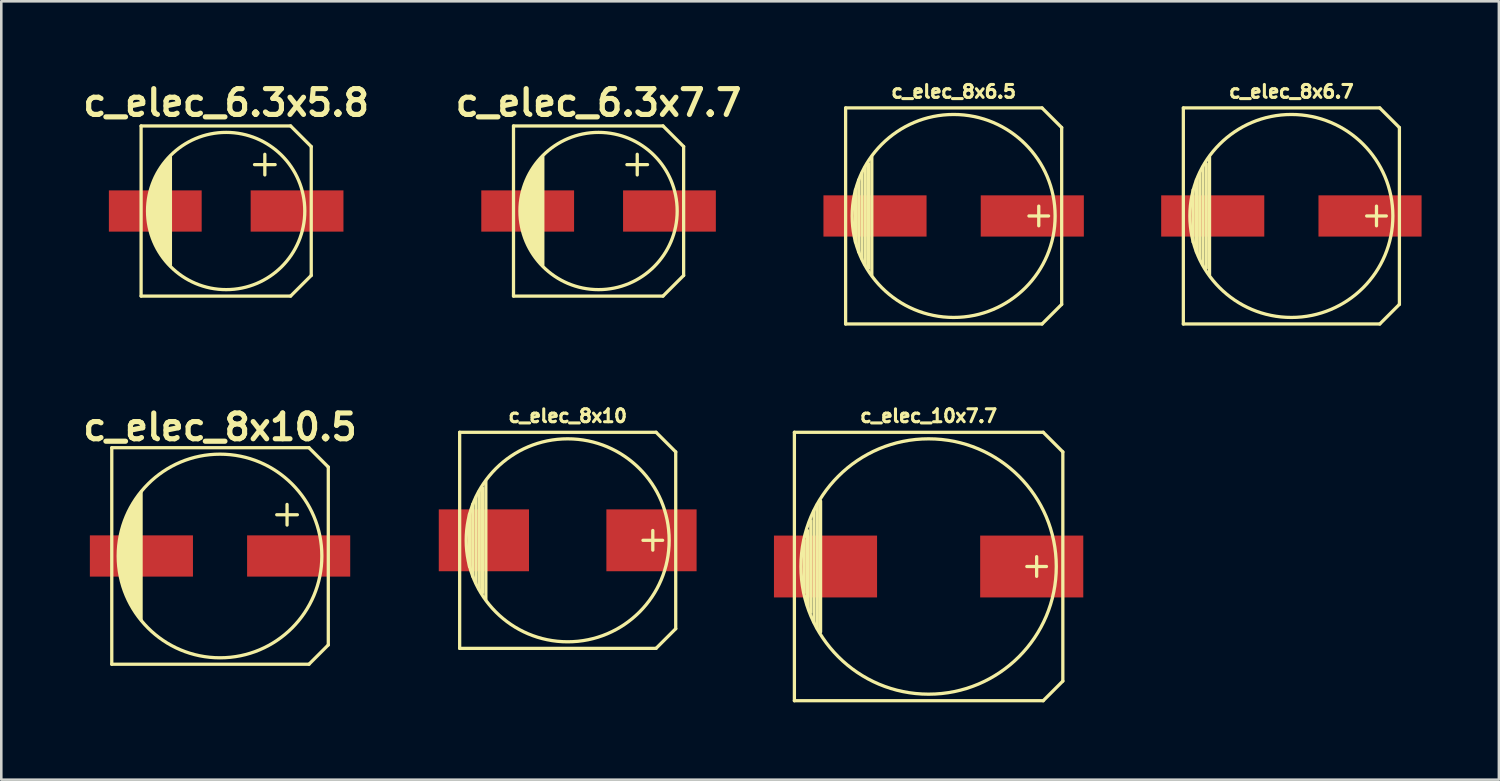
<source format=kicad_pcb>
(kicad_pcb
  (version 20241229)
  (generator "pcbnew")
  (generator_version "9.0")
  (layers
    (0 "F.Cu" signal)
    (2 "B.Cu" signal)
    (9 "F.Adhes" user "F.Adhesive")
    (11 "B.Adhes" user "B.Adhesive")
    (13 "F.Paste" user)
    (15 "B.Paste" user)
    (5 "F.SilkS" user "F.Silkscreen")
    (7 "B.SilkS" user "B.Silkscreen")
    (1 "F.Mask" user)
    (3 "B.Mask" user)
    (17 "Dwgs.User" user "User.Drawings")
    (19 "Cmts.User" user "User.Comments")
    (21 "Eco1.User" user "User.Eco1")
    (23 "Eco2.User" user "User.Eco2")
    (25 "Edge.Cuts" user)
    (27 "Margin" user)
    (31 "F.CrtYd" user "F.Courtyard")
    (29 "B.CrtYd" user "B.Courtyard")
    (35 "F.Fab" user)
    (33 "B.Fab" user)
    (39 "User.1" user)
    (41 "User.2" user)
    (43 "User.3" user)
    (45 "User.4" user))
  (footprint "c_elec_8x6.7"
    (layer "F.Cu")
    (at 47.048 5.328)
    (property "Reference" "c_elec_8x6.7" (at 0 -4.826 0) (layer "F.SilkS") (effects (font (size 0.5 0.5) (thickness 0.119))))
    (attr smd)
    (fp_line (start -4.191 -4.191) (end -4.191 4.191) (stroke (width 0.127) (type solid)) (layer "F.SilkS"))
    (fp_line (start -4.191 4.191) (end 3.429 4.191) (stroke (width 0.127) (type solid)) (layer "F.SilkS"))
    (fp_line (start -3.81 -1.016) (end -3.81 1.016) (stroke (width 0.127) (type solid)) (layer "F.SilkS"))
    (fp_line (start -3.683 1.397) (end -3.683 -1.397) (stroke (width 0.127) (type solid)) (layer "F.SilkS"))
    (fp_line (start -3.556 -1.651) (end -3.556 1.651) (stroke (width 0.127) (type solid)) (layer "F.SilkS"))
    (fp_line (start -3.429 1.905) (end -3.429 -1.905) (stroke (width 0.127) (type solid)) (layer "F.SilkS"))
    (fp_line (start -3.302 2.032) (end -3.302 -2.032) (stroke (width 0.127) (type solid)) (layer "F.SilkS"))
    (fp_line (start -3.175 -2.286) (end -3.175 2.286) (stroke (width 0.127) (type solid)) (layer "F.SilkS"))
    (fp_line (start 3.302 -0.381) (end 3.302 0.381) (stroke (width 0.127) (type solid)) (layer "F.SilkS"))
    (fp_line (start 3.429 -4.191) (end -4.191 -4.191) (stroke (width 0.127) (type solid)) (layer "F.SilkS"))
    (fp_line (start 3.429 4.191) (end 4.191 3.429) (stroke (width 0.127) (type solid)) (layer "F.SilkS"))
    (fp_line (start 3.683 0) (end 2.921 0) (stroke (width 0.127) (type solid)) (layer "F.SilkS"))
    (fp_line (start 4.191 -3.429) (end 3.429 -4.191) (stroke (width 0.127) (type solid)) (layer "F.SilkS"))
    (fp_line (start 4.191 3.429) (end 4.191 -3.429) (stroke (width 0.127) (type solid)) (layer "F.SilkS"))
    (fp_circle (center 0 0) (end 3.937 0) (stroke (width 0.127) (type solid)) (fill no) (layer "F.SilkS"))
    (pad "1" smd rect (at 3.051 0) (size 4 1.6) (layers "F.Cu" "F.Mask" "F.Paste"))
    (pad "2" smd rect (at -3.051 0) (size 4 1.6) (layers "F.Cu" "F.Mask" "F.Paste")))
  (footprint "c_elec_6.3x7.7"
    (layer "F.Cu")
    (at 20.171 5.136)
    (property "Reference" "c_elec_6.3x7.7" (at 0 -4.2 0) (layer "F.SilkS") (effects (font (size 1 1) (thickness 0.2))))
    (attr smd)
    (fp_line (start -3.3 -3.3) (end -3.3 3.3) (stroke (width 0.127) (type solid)) (layer "F.SilkS"))
    (fp_line (start -3.3 3.3) (end 2.5 3.3) (stroke (width 0.127) (type solid)) (layer "F.SilkS"))
    (fp_line (start 1.5 -2.2) (end 1.5 -1.4) (stroke (width 0.127) (type solid)) (layer "F.SilkS"))
    (fp_line (start 1.9 -1.8) (end 1.1 -1.8) (stroke (width 0.127) (type solid)) (layer "F.SilkS"))
    (fp_line (start 2.5 -3.3) (end -3.3 -3.3) (stroke (width 0.127) (type solid)) (layer "F.SilkS"))
    (fp_line (start 2.5 3.3) (end 3.3 2.5) (stroke (width 0.127) (type solid)) (layer "F.SilkS"))
    (fp_line (start 3.3 -2.5) (end 2.5 -3.3) (stroke (width 0.127) (type solid)) (layer "F.SilkS"))
    (fp_line (start 3.3 2.5) (end 3.3 -2.5) (stroke (width 0.127) (type solid)) (layer "F.SilkS"))
    (fp_circle (center 0 0) (end -3.05 0) (stroke (width 0.127) (type solid)) (fill no) (layer "F.SilkS"))
    (fp_poly (pts (xy -2.15 2.1) (xy -2.5 1.7) (xy -2.8 1.1) (xy -3 0.3) (xy -3 0) (xy -3 -0.3) (xy -2.8 -1.1) (xy -2.5 -1.7) (xy -2.15 -2.1)) (stroke (width 0.1) (type solid)) (fill yes) (layer "F.SilkS"))
    (pad "1" smd rect (at 2.75 0) (size 3.6 1.6) (layers "F.Cu" "F.Mask" "F.Paste"))
    (pad "2" smd rect (at -2.75 0) (size 3.6 1.6) (layers "F.Cu" "F.Mask" "F.Paste")))
  (footprint "c_elec_8x6.5"
    (layer "F.Cu")
    (at 33.946 5.328)
    (property "Reference" "c_elec_8x6.5" (at 0 -4.826 0) (layer "F.SilkS") (effects (font (size 0.5 0.5) (thickness 0.119))))
    (attr smd)
    (fp_line (start -4.191 -4.191) (end -4.191 4.191) (stroke (width 0.127) (type solid)) (layer "F.SilkS"))
    (fp_line (start -4.191 4.191) (end 3.429 4.191) (stroke (width 0.127) (type solid)) (layer "F.SilkS"))
    (fp_line (start -3.81 -1.016) (end -3.81 1.016) (stroke (width 0.127) (type solid)) (layer "F.SilkS"))
    (fp_line (start -3.683 1.397) (end -3.683 -1.397) (stroke (width 0.127) (type solid)) (layer "F.SilkS"))
    (fp_line (start -3.556 -1.651) (end -3.556 1.651) (stroke (width 0.127) (type solid)) (layer "F.SilkS"))
    (fp_line (start -3.429 1.905) (end -3.429 -1.905) (stroke (width 0.127) (type solid)) (layer "F.SilkS"))
    (fp_line (start -3.302 2.032) (end -3.302 -2.032) (stroke (width 0.127) (type solid)) (layer "F.SilkS"))
    (fp_line (start -3.175 -2.286) (end -3.175 2.286) (stroke (width 0.127) (type solid)) (layer "F.SilkS"))
    (fp_line (start 3.302 -0.381) (end 3.302 0.381) (stroke (width 0.127) (type solid)) (layer "F.SilkS"))
    (fp_line (start 3.429 -4.191) (end -4.191 -4.191) (stroke (width 0.127) (type solid)) (layer "F.SilkS"))
    (fp_line (start 3.429 4.191) (end 4.191 3.429) (stroke (width 0.127) (type solid)) (layer "F.SilkS"))
    (fp_line (start 3.683 0) (end 2.921 0) (stroke (width 0.127) (type solid)) (layer "F.SilkS"))
    (fp_line (start 4.191 -3.429) (end 3.429 -4.191) (stroke (width 0.127) (type solid)) (layer "F.SilkS"))
    (fp_line (start 4.191 3.429) (end 4.191 -3.429) (stroke (width 0.127) (type solid)) (layer "F.SilkS"))
    (fp_circle (center 0 0) (end 3.937 0) (stroke (width 0.127) (type solid)) (fill no) (layer "F.SilkS"))
    (pad "1" smd rect (at 3.051 0) (size 4 1.6) (layers "F.Cu" "F.Mask" "F.Paste"))
    (pad "2" smd rect (at -3.051 0) (size 4 1.6) (layers "F.Cu" "F.Mask" "F.Paste")))
  (footprint "c_elec_8x10.5"
    (layer "F.Cu")
    (at 5.486 18.519)
    (property "Reference" "c_elec_8x10.5" (at 0 -5 0) (layer "F.SilkS") (effects (font (size 1 1) (thickness 0.2))))
    (attr smd)
    (fp_line (start -4.2 -4.2) (end -4.2 4.2) (stroke (width 0.127) (type solid)) (layer "F.SilkS"))
    (fp_line (start -4.2 4.2) (end 3.45 4.2) (stroke (width 0.127) (type solid)) (layer "F.SilkS"))
    (fp_line (start 2.6 -2) (end 2.6 -1.2) (stroke (width 0.127) (type solid)) (layer "F.SilkS"))
    (fp_line (start 3 -1.6) (end 2.2 -1.6) (stroke (width 0.127) (type solid)) (layer "F.SilkS"))
    (fp_line (start 3.45 -4.2) (end -4.2 -4.2) (stroke (width 0.127) (type solid)) (layer "F.SilkS"))
    (fp_line (start 3.45 4.2) (end 4.2 3.45) (stroke (width 0.127) (type solid)) (layer "F.SilkS"))
    (fp_line (start 4.2 -3.45) (end 3.45 -4.2) (stroke (width 0.127) (type solid)) (layer "F.SilkS"))
    (fp_line (start 4.2 3.45) (end 4.2 -3.45) (stroke (width 0.127) (type solid)) (layer "F.SilkS"))
    (fp_circle (center 0 0) (end 3.95 0) (stroke (width 0.127) (type solid)) (fill no) (layer "F.SilkS"))
    (fp_poly (pts (xy -3.05 2.5) (xy -3.4 1.9) (xy -3.7 1.2) (xy -3.9 0.3) (xy -3.9 0) (xy -3.9 -0.3) (xy -3.7 -1.2) (xy -3.4 -1.9) (xy -3.05 -2.5)) (stroke (width 0.1) (type solid)) (fill yes) (layer "F.SilkS"))
    (pad "1" smd rect (at 3.05 0) (size 4 1.6) (layers "F.Cu" "F.Mask" "F.Paste"))
    (pad "2" smd rect (at -3.05 0) (size 4 1.6) (layers "F.Cu" "F.Mask" "F.Paste")))
  (footprint "c_elec_6.3x5.8"
    (layer "F.Cu")
    (at 5.724 5.136)
    (property "Reference" "c_elec_6.3x5.8" (at 0 -4.2 0) (layer "F.SilkS") (effects (font (size 1 1) (thickness 0.2))))
    (attr smd)
    (fp_line (start -3.3 -3.3) (end -3.3 3.3) (stroke (width 0.127) (type solid)) (layer "F.SilkS"))
    (fp_line (start -3.3 3.3) (end 2.5 3.3) (stroke (width 0.127) (type solid)) (layer "F.SilkS"))
    (fp_line (start 1.5 -2.2) (end 1.5 -1.4) (stroke (width 0.127) (type solid)) (layer "F.SilkS"))
    (fp_line (start 1.9 -1.8) (end 1.1 -1.8) (stroke (width 0.127) (type solid)) (layer "F.SilkS"))
    (fp_line (start 2.5 -3.3) (end -3.3 -3.3) (stroke (width 0.127) (type solid)) (layer "F.SilkS"))
    (fp_line (start 2.5 3.3) (end 3.3 2.5) (stroke (width 0.127) (type solid)) (layer "F.SilkS"))
    (fp_line (start 3.3 -2.5) (end 2.5 -3.3) (stroke (width 0.127) (type solid)) (layer "F.SilkS"))
    (fp_line (start 3.3 2.5) (end 3.3 -2.5) (stroke (width 0.127) (type solid)) (layer "F.SilkS"))
    (fp_circle (center 0 0) (end -3.05 0) (stroke (width 0.127) (type solid)) (fill no) (layer "F.SilkS"))
    (fp_poly (pts (xy -2.15 2.1) (xy -2.5 1.7) (xy -2.8 1.1) (xy -3 0.3) (xy -3 0) (xy -3 -0.3) (xy -2.8 -1.1) (xy -2.5 -1.7) (xy -2.15 -2.1)) (stroke (width 0.1) (type solid)) (fill yes) (layer "F.SilkS"))
    (pad "1" smd rect (at 2.75 0) (size 3.6 1.6) (layers "F.Cu" "F.Mask" "F.Paste"))
    (pad "2" smd rect (at -2.75 0) (size 3.6 1.6) (layers "F.Cu" "F.Mask" "F.Paste")))
  (footprint "c_elec_8x10"
    (layer "F.Cu")
    (at 18.973 17.911)
    (property "Reference" "c_elec_8x10" (at 0 -4.826 0) (layer "F.SilkS") (effects (font (size 0.5 0.5) (thickness 0.119))))
    (attr smd)
    (fp_line (start -4.191 -4.191) (end -4.191 4.191) (stroke (width 0.127) (type solid)) (layer "F.SilkS"))
    (fp_line (start -4.191 4.191) (end 3.429 4.191) (stroke (width 0.127) (type solid)) (layer "F.SilkS"))
    (fp_line (start -3.81 -1.016) (end -3.81 1.016) (stroke (width 0.127) (type solid)) (layer "F.SilkS"))
    (fp_line (start -3.683 1.397) (end -3.683 -1.397) (stroke (width 0.127) (type solid)) (layer "F.SilkS"))
    (fp_line (start -3.556 -1.651) (end -3.556 1.651) (stroke (width 0.127) (type solid)) (layer "F.SilkS"))
    (fp_line (start -3.429 1.905) (end -3.429 -1.905) (stroke (width 0.127) (type solid)) (layer "F.SilkS"))
    (fp_line (start -3.302 2.032) (end -3.302 -2.032) (stroke (width 0.127) (type solid)) (layer "F.SilkS"))
    (fp_line (start -3.175 -2.286) (end -3.175 2.286) (stroke (width 0.127) (type solid)) (layer "F.SilkS"))
    (fp_line (start 3.302 -0.381) (end 3.302 0.381) (stroke (width 0.127) (type solid)) (layer "F.SilkS"))
    (fp_line (start 3.429 -4.191) (end -4.191 -4.191) (stroke (width 0.127) (type solid)) (layer "F.SilkS"))
    (fp_line (start 3.429 4.191) (end 4.191 3.429) (stroke (width 0.127) (type solid)) (layer "F.SilkS"))
    (fp_line (start 3.683 0) (end 2.921 0) (stroke (width 0.127) (type solid)) (layer "F.SilkS"))
    (fp_line (start 4.191 -3.429) (end 3.429 -4.191) (stroke (width 0.127) (type solid)) (layer "F.SilkS"))
    (fp_line (start 4.191 3.429) (end 4.191 -3.429) (stroke (width 0.127) (type solid)) (layer "F.SilkS"))
    (fp_circle (center 0 0) (end 3.937 0) (stroke (width 0.127) (type solid)) (fill no) (layer "F.SilkS"))
    (pad "1" smd rect (at 3.251 0) (size 3.5 2.4) (layers "F.Cu" "F.Mask" "F.Paste"))
    (pad "2" smd rect (at -3.251 0) (size 3.5 2.4) (layers "F.Cu" "F.Mask" "F.Paste")))
  (footprint "c_elec_10x7.7"
    (layer "F.Cu")
    (at 32.975 18.927)
    (property "Reference" "c_elec_10x7.7" (at 0 -5.842 0) (layer "F.SilkS") (effects (font (size 0.5 0.5) (thickness 0.119))))
    (attr smd)
    (fp_line (start -5.207 -5.207) (end -5.207 5.207) (stroke (width 0.127) (type solid)) (layer "F.SilkS"))
    (fp_line (start -5.207 5.207) (end 4.445 5.207) (stroke (width 0.127) (type solid)) (layer "F.SilkS"))
    (fp_line (start -4.826 1.016) (end -4.826 -1.016) (stroke (width 0.127) (type solid)) (layer "F.SilkS"))
    (fp_line (start -4.699 -1.397) (end -4.699 1.524) (stroke (width 0.127) (type solid)) (layer "F.SilkS"))
    (fp_line (start -4.572 1.778) (end -4.572 -1.778) (stroke (width 0.127) (type solid)) (layer "F.SilkS"))
    (fp_line (start -4.445 -2.159) (end -4.445 2.159) (stroke (width 0.127) (type solid)) (layer "F.SilkS"))
    (fp_line (start -4.318 2.413) (end -4.318 -2.413) (stroke (width 0.127) (type solid)) (layer "F.SilkS"))
    (fp_line (start -4.191 -2.54) (end -4.191 2.54) (stroke (width 0.127) (type solid)) (layer "F.SilkS"))
    (fp_line (start 4.191 -0.381) (end 4.191 0.381) (stroke (width 0.127) (type solid)) (layer "F.SilkS"))
    (fp_line (start 4.445 -5.207) (end -5.207 -5.207) (stroke (width 0.127) (type solid)) (layer "F.SilkS"))
    (fp_line (start 4.445 5.207) (end 5.207 4.445) (stroke (width 0.127) (type solid)) (layer "F.SilkS"))
    (fp_line (start 4.572 0) (end 3.81 0) (stroke (width 0.127) (type solid)) (layer "F.SilkS"))
    (fp_line (start 5.207 -4.445) (end 4.445 -5.207) (stroke (width 0.127) (type solid)) (layer "F.SilkS"))
    (fp_line (start 5.207 4.445) (end 5.207 -4.445) (stroke (width 0.127) (type solid)) (layer "F.SilkS"))
    (fp_circle (center 0 0) (end 4.953 0) (stroke (width 0.127) (type solid)) (fill no) (layer "F.SilkS"))
    (pad "1" smd rect (at 4 0) (size 4 2.4) (layers "F.Cu" "F.Mask" "F.Paste"))
    (pad "2" smd rect (at -4 0) (size 4 2.4) (layers "F.Cu" "F.Mask" "F.Paste")))
  (gr_rect
    (start -3 -3)
    (end 55.098 27.197)
    (stroke (width 0.1) (type default))
    (fill no)
    (layer "Edge.Cuts")))
</source>
